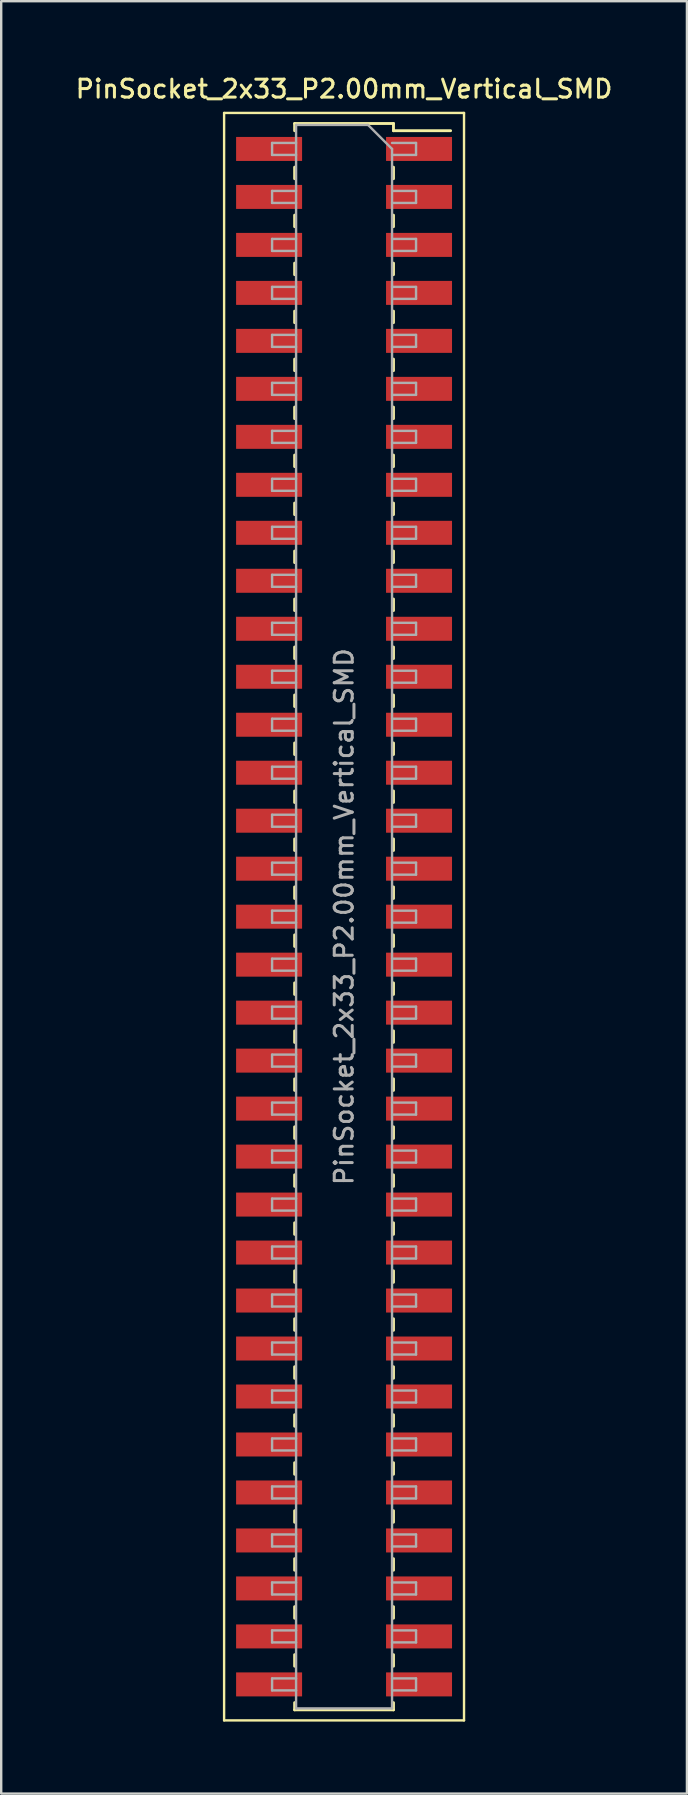
<source format=kicad_pcb>
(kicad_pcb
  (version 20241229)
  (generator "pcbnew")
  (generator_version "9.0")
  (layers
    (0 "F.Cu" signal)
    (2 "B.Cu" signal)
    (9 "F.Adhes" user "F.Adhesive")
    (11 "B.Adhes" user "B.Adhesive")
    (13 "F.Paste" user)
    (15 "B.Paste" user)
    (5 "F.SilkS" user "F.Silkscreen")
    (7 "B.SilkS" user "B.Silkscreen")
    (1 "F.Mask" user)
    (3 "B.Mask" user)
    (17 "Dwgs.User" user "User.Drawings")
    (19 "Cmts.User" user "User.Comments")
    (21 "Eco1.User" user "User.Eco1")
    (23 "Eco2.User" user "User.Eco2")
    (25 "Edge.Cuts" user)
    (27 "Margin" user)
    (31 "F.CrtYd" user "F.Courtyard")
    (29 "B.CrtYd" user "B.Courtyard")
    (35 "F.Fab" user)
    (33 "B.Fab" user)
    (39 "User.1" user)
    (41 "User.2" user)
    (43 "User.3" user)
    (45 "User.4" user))
  (footprint "PinSocket_2x33_P2.00mm_Vertical_SMD"
    (layer "F.Cu")
    (at 11.291 35.158)
    (property "Reference" "PinSocket_2x33_P2.00mm_Vertical_SMD" (at 0 -34.5 0) (layer "F.SilkS") (effects (font (size 0.75 0.75) (thickness 0.125))))
    (attr smd)
    (fp_line (start -5 -33.5) (end 5 -33.5) (stroke (width 0.1) (type solid)) (layer "F.SilkS"))
    (fp_line (start -5 33.5) (end -5 -33.5) (stroke (width 0.1) (type solid)) (layer "F.SilkS"))
    (fp_line (start -2.06 -33.06) (end -2.06 -32.76) (stroke (width 0.12) (type solid)) (layer "F.SilkS"))
    (fp_line (start -2.06 -33.06) (end 2.06 -33.06) (stroke (width 0.12) (type solid)) (layer "F.SilkS"))
    (fp_line (start -2.06 -31.24) (end -2.06 -30.76) (stroke (width 0.12) (type solid)) (layer "F.SilkS"))
    (fp_line (start -2.06 -29.24) (end -2.06 -28.76) (stroke (width 0.12) (type solid)) (layer "F.SilkS"))
    (fp_line (start -2.06 -27.24) (end -2.06 -26.76) (stroke (width 0.12) (type solid)) (layer "F.SilkS"))
    (fp_line (start -2.06 -25.24) (end -2.06 -24.76) (stroke (width 0.12) (type solid)) (layer "F.SilkS"))
    (fp_line (start -2.06 -23.24) (end -2.06 -22.76) (stroke (width 0.12) (type solid)) (layer "F.SilkS"))
    (fp_line (start -2.06 -21.24) (end -2.06 -20.76) (stroke (width 0.12) (type solid)) (layer "F.SilkS"))
    (fp_line (start -2.06 -19.24) (end -2.06 -18.76) (stroke (width 0.12) (type solid)) (layer "F.SilkS"))
    (fp_line (start -2.06 -17.24) (end -2.06 -16.76) (stroke (width 0.12) (type solid)) (layer "F.SilkS"))
    (fp_line (start -2.06 -15.24) (end -2.06 -14.76) (stroke (width 0.12) (type solid)) (layer "F.SilkS"))
    (fp_line (start -2.06 -13.24) (end -2.06 -12.76) (stroke (width 0.12) (type solid)) (layer "F.SilkS"))
    (fp_line (start -2.06 -11.24) (end -2.06 -10.76) (stroke (width 0.12) (type solid)) (layer "F.SilkS"))
    (fp_line (start -2.06 -9.24) (end -2.06 -8.76) (stroke (width 0.12) (type solid)) (layer "F.SilkS"))
    (fp_line (start -2.06 -7.24) (end -2.06 -6.76) (stroke (width 0.12) (type solid)) (layer "F.SilkS"))
    (fp_line (start -2.06 -5.24) (end -2.06 -4.76) (stroke (width 0.12) (type solid)) (layer "F.SilkS"))
    (fp_line (start -2.06 -3.24) (end -2.06 -2.76) (stroke (width 0.12) (type solid)) (layer "F.SilkS"))
    (fp_line (start -2.06 -1.24) (end -2.06 -0.76) (stroke (width 0.12) (type solid)) (layer "F.SilkS"))
    (fp_line (start -2.06 0.76) (end -2.06 1.24) (stroke (width 0.12) (type solid)) (layer "F.SilkS"))
    (fp_line (start -2.06 2.76) (end -2.06 3.24) (stroke (width 0.12) (type solid)) (layer "F.SilkS"))
    (fp_line (start -2.06 4.76) (end -2.06 5.24) (stroke (width 0.12) (type solid)) (layer "F.SilkS"))
    (fp_line (start -2.06 6.76) (end -2.06 7.24) (stroke (width 0.12) (type solid)) (layer "F.SilkS"))
    (fp_line (start -2.06 8.76) (end -2.06 9.24) (stroke (width 0.12) (type solid)) (layer "F.SilkS"))
    (fp_line (start -2.06 10.76) (end -2.06 11.24) (stroke (width 0.12) (type solid)) (layer "F.SilkS"))
    (fp_line (start -2.06 12.76) (end -2.06 13.24) (stroke (width 0.12) (type solid)) (layer "F.SilkS"))
    (fp_line (start -2.06 14.76) (end -2.06 15.24) (stroke (width 0.12) (type solid)) (layer "F.SilkS"))
    (fp_line (start -2.06 16.76) (end -2.06 17.24) (stroke (width 0.12) (type solid)) (layer "F.SilkS"))
    (fp_line (start -2.06 18.76) (end -2.06 19.24) (stroke (width 0.12) (type solid)) (layer "F.SilkS"))
    (fp_line (start -2.06 20.76) (end -2.06 21.24) (stroke (width 0.12) (type solid)) (layer "F.SilkS"))
    (fp_line (start -2.06 22.76) (end -2.06 23.24) (stroke (width 0.12) (type solid)) (layer "F.SilkS"))
    (fp_line (start -2.06 24.76) (end -2.06 25.24) (stroke (width 0.12) (type solid)) (layer "F.SilkS"))
    (fp_line (start -2.06 26.76) (end -2.06 27.24) (stroke (width 0.12) (type solid)) (layer "F.SilkS"))
    (fp_line (start -2.06 28.76) (end -2.06 29.24) (stroke (width 0.12) (type solid)) (layer "F.SilkS"))
    (fp_line (start -2.06 30.76) (end -2.06 31.24) (stroke (width 0.12) (type solid)) (layer "F.SilkS"))
    (fp_line (start -2.06 32.76) (end -2.06 33.06) (stroke (width 0.12) (type solid)) (layer "F.SilkS"))
    (fp_line (start -2.06 33.06) (end 2.06 33.06) (stroke (width 0.12) (type solid)) (layer "F.SilkS"))
    (fp_line (start 2.06 -33.06) (end 2.06 -32.76) (stroke (width 0.12) (type solid)) (layer "F.SilkS"))
    (fp_line (start 2.06 -32.76) (end 4.44 -32.76) (stroke (width 0.12) (type solid)) (layer "F.SilkS"))
    (fp_line (start 2.06 -31.24) (end 2.06 -30.76) (stroke (width 0.12) (type solid)) (layer "F.SilkS"))
    (fp_line (start 2.06 -29.24) (end 2.06 -28.76) (stroke (width 0.12) (type solid)) (layer "F.SilkS"))
    (fp_line (start 2.06 -27.24) (end 2.06 -26.76) (stroke (width 0.12) (type solid)) (layer "F.SilkS"))
    (fp_line (start 2.06 -25.24) (end 2.06 -24.76) (stroke (width 0.12) (type solid)) (layer "F.SilkS"))
    (fp_line (start 2.06 -23.24) (end 2.06 -22.76) (stroke (width 0.12) (type solid)) (layer "F.SilkS"))
    (fp_line (start 2.06 -21.24) (end 2.06 -20.76) (stroke (width 0.12) (type solid)) (layer "F.SilkS"))
    (fp_line (start 2.06 -19.24) (end 2.06 -18.76) (stroke (width 0.12) (type solid)) (layer "F.SilkS"))
    (fp_line (start 2.06 -17.24) (end 2.06 -16.76) (stroke (width 0.12) (type solid)) (layer "F.SilkS"))
    (fp_line (start 2.06 -15.24) (end 2.06 -14.76) (stroke (width 0.12) (type solid)) (layer "F.SilkS"))
    (fp_line (start 2.06 -13.24) (end 2.06 -12.76) (stroke (width 0.12) (type solid)) (layer "F.SilkS"))
    (fp_line (start 2.06 -11.24) (end 2.06 -10.76) (stroke (width 0.12) (type solid)) (layer "F.SilkS"))
    (fp_line (start 2.06 -9.24) (end 2.06 -8.76) (stroke (width 0.12) (type solid)) (layer "F.SilkS"))
    (fp_line (start 2.06 -7.24) (end 2.06 -6.76) (stroke (width 0.12) (type solid)) (layer "F.SilkS"))
    (fp_line (start 2.06 -5.24) (end 2.06 -4.76) (stroke (width 0.12) (type solid)) (layer "F.SilkS"))
    (fp_line (start 2.06 -3.24) (end 2.06 -2.76) (stroke (width 0.12) (type solid)) (layer "F.SilkS"))
    (fp_line (start 2.06 -1.24) (end 2.06 -0.76) (stroke (width 0.12) (type solid)) (layer "F.SilkS"))
    (fp_line (start 2.06 0.76) (end 2.06 1.24) (stroke (width 0.12) (type solid)) (layer "F.SilkS"))
    (fp_line (start 2.06 2.76) (end 2.06 3.24) (stroke (width 0.12) (type solid)) (layer "F.SilkS"))
    (fp_line (start 2.06 4.76) (end 2.06 5.24) (stroke (width 0.12) (type solid)) (layer "F.SilkS"))
    (fp_line (start 2.06 6.76) (end 2.06 7.24) (stroke (width 0.12) (type solid)) (layer "F.SilkS"))
    (fp_line (start 2.06 8.76) (end 2.06 9.24) (stroke (width 0.12) (type solid)) (layer "F.SilkS"))
    (fp_line (start 2.06 10.76) (end 2.06 11.24) (stroke (width 0.12) (type solid)) (layer "F.SilkS"))
    (fp_line (start 2.06 12.76) (end 2.06 13.24) (stroke (width 0.12) (type solid)) (layer "F.SilkS"))
    (fp_line (start 2.06 14.76) (end 2.06 15.24) (stroke (width 0.12) (type solid)) (layer "F.SilkS"))
    (fp_line (start 2.06 16.76) (end 2.06 17.24) (stroke (width 0.12) (type solid)) (layer "F.SilkS"))
    (fp_line (start 2.06 18.76) (end 2.06 19.24) (stroke (width 0.12) (type solid)) (layer "F.SilkS"))
    (fp_line (start 2.06 20.76) (end 2.06 21.24) (stroke (width 0.12) (type solid)) (layer "F.SilkS"))
    (fp_line (start 2.06 22.76) (end 2.06 23.24) (stroke (width 0.12) (type solid)) (layer "F.SilkS"))
    (fp_line (start 2.06 24.76) (end 2.06 25.24) (stroke (width 0.12) (type solid)) (layer "F.SilkS"))
    (fp_line (start 2.06 26.76) (end 2.06 27.24) (stroke (width 0.12) (type solid)) (layer "F.SilkS"))
    (fp_line (start 2.06 28.76) (end 2.06 29.24) (stroke (width 0.12) (type solid)) (layer "F.SilkS"))
    (fp_line (start 2.06 30.76) (end 2.06 31.24) (stroke (width 0.12) (type solid)) (layer "F.SilkS"))
    (fp_line (start 2.06 32.76) (end 2.06 33.06) (stroke (width 0.12) (type solid)) (layer "F.SilkS"))
    (fp_line (start 5 -33.5) (end 5 33.5) (stroke (width 0.1) (type solid)) (layer "F.SilkS"))
    (fp_line (start 5 33.5) (end -5 33.5) (stroke (width 0.1) (type solid)) (layer "F.SilkS"))
    (fp_line (start -3 -32.25) (end -2 -32.25) (stroke (width 0.1) (type solid)) (layer "F.Fab"))
    (fp_line (start -3 -31.75) (end -3 -32.25) (stroke (width 0.1) (type solid)) (layer "F.Fab"))
    (fp_line (start -3 -30.25) (end -2 -30.25) (stroke (width 0.1) (type solid)) (layer "F.Fab"))
    (fp_line (start -3 -29.75) (end -3 -30.25) (stroke (width 0.1) (type solid)) (layer "F.Fab"))
    (fp_line (start -3 -28.25) (end -2 -28.25) (stroke (width 0.1) (type solid)) (layer "F.Fab"))
    (fp_line (start -3 -27.75) (end -3 -28.25) (stroke (width 0.1) (type solid)) (layer "F.Fab"))
    (fp_line (start -3 -26.25) (end -2 -26.25) (stroke (width 0.1) (type solid)) (layer "F.Fab"))
    (fp_line (start -3 -25.75) (end -3 -26.25) (stroke (width 0.1) (type solid)) (layer "F.Fab"))
    (fp_line (start -3 -24.25) (end -2 -24.25) (stroke (width 0.1) (type solid)) (layer "F.Fab"))
    (fp_line (start -3 -23.75) (end -3 -24.25) (stroke (width 0.1) (type solid)) (layer "F.Fab"))
    (fp_line (start -3 -22.25) (end -2 -22.25) (stroke (width 0.1) (type solid)) (layer "F.Fab"))
    (fp_line (start -3 -21.75) (end -3 -22.25) (stroke (width 0.1) (type solid)) (layer "F.Fab"))
    (fp_line (start -3 -20.25) (end -2 -20.25) (stroke (width 0.1) (type solid)) (layer "F.Fab"))
    (fp_line (start -3 -19.75) (end -3 -20.25) (stroke (width 0.1) (type solid)) (layer "F.Fab"))
    (fp_line (start -3 -18.25) (end -2 -18.25) (stroke (width 0.1) (type solid)) (layer "F.Fab"))
    (fp_line (start -3 -17.75) (end -3 -18.25) (stroke (width 0.1) (type solid)) (layer "F.Fab"))
    (fp_line (start -3 -16.25) (end -2 -16.25) (stroke (width 0.1) (type solid)) (layer "F.Fab"))
    (fp_line (start -3 -15.75) (end -3 -16.25) (stroke (width 0.1) (type solid)) (layer "F.Fab"))
    (fp_line (start -3 -14.25) (end -2 -14.25) (stroke (width 0.1) (type solid)) (layer "F.Fab"))
    (fp_line (start -3 -13.75) (end -3 -14.25) (stroke (width 0.1) (type solid)) (layer "F.Fab"))
    (fp_line (start -3 -12.25) (end -2 -12.25) (stroke (width 0.1) (type solid)) (layer "F.Fab"))
    (fp_line (start -3 -11.75) (end -3 -12.25) (stroke (width 0.1) (type solid)) (layer "F.Fab"))
    (fp_line (start -3 -10.25) (end -2 -10.25) (stroke (width 0.1) (type solid)) (layer "F.Fab"))
    (fp_line (start -3 -9.75) (end -3 -10.25) (stroke (width 0.1) (type solid)) (layer "F.Fab"))
    (fp_line (start -3 -8.25) (end -2 -8.25) (stroke (width 0.1) (type solid)) (layer "F.Fab"))
    (fp_line (start -3 -7.75) (end -3 -8.25) (stroke (width 0.1) (type solid)) (layer "F.Fab"))
    (fp_line (start -3 -6.25) (end -2 -6.25) (stroke (width 0.1) (type solid)) (layer "F.Fab"))
    (fp_line (start -3 -5.75) (end -3 -6.25) (stroke (width 0.1) (type solid)) (layer "F.Fab"))
    (fp_line (start -3 -4.25) (end -2 -4.25) (stroke (width 0.1) (type solid)) (layer "F.Fab"))
    (fp_line (start -3 -3.75) (end -3 -4.25) (stroke (width 0.1) (type solid)) (layer "F.Fab"))
    (fp_line (start -3 -2.25) (end -2 -2.25) (stroke (width 0.1) (type solid)) (layer "F.Fab"))
    (fp_line (start -3 -1.75) (end -3 -2.25) (stroke (width 0.1) (type solid)) (layer "F.Fab"))
    (fp_line (start -3 -0.25) (end -2 -0.25) (stroke (width 0.1) (type solid)) (layer "F.Fab"))
    (fp_line (start -3 0.25) (end -3 -0.25) (stroke (width 0.1) (type solid)) (layer "F.Fab"))
    (fp_line (start -3 1.75) (end -2 1.75) (stroke (width 0.1) (type solid)) (layer "F.Fab"))
    (fp_line (start -3 2.25) (end -3 1.75) (stroke (width 0.1) (type solid)) (layer "F.Fab"))
    (fp_line (start -3 3.75) (end -2 3.75) (stroke (width 0.1) (type solid)) (layer "F.Fab"))
    (fp_line (start -3 4.25) (end -3 3.75) (stroke (width 0.1) (type solid)) (layer "F.Fab"))
    (fp_line (start -3 5.75) (end -2 5.75) (stroke (width 0.1) (type solid)) (layer "F.Fab"))
    (fp_line (start -3 6.25) (end -3 5.75) (stroke (width 0.1) (type solid)) (layer "F.Fab"))
    (fp_line (start -3 7.75) (end -2 7.75) (stroke (width 0.1) (type solid)) (layer "F.Fab"))
    (fp_line (start -3 8.25) (end -3 7.75) (stroke (width 0.1) (type solid)) (layer "F.Fab"))
    (fp_line (start -3 9.75) (end -2 9.75) (stroke (width 0.1) (type solid)) (layer "F.Fab"))
    (fp_line (start -3 10.25) (end -3 9.75) (stroke (width 0.1) (type solid)) (layer "F.Fab"))
    (fp_line (start -3 11.75) (end -2 11.75) (stroke (width 0.1) (type solid)) (layer "F.Fab"))
    (fp_line (start -3 12.25) (end -3 11.75) (stroke (width 0.1) (type solid)) (layer "F.Fab"))
    (fp_line (start -3 13.75) (end -2 13.75) (stroke (width 0.1) (type solid)) (layer "F.Fab"))
    (fp_line (start -3 14.25) (end -3 13.75) (stroke (width 0.1) (type solid)) (layer "F.Fab"))
    (fp_line (start -3 15.75) (end -2 15.75) (stroke (width 0.1) (type solid)) (layer "F.Fab"))
    (fp_line (start -3 16.25) (end -3 15.75) (stroke (width 0.1) (type solid)) (layer "F.Fab"))
    (fp_line (start -3 17.75) (end -2 17.75) (stroke (width 0.1) (type solid)) (layer "F.Fab"))
    (fp_line (start -3 18.25) (end -3 17.75) (stroke (width 0.1) (type solid)) (layer "F.Fab"))
    (fp_line (start -3 19.75) (end -2 19.75) (stroke (width 0.1) (type solid)) (layer "F.Fab"))
    (fp_line (start -3 20.25) (end -3 19.75) (stroke (width 0.1) (type solid)) (layer "F.Fab"))
    (fp_line (start -3 21.75) (end -2 21.75) (stroke (width 0.1) (type solid)) (layer "F.Fab"))
    (fp_line (start -3 22.25) (end -3 21.75) (stroke (width 0.1) (type solid)) (layer "F.Fab"))
    (fp_line (start -3 23.75) (end -2 23.75) (stroke (width 0.1) (type solid)) (layer "F.Fab"))
    (fp_line (start -3 24.25) (end -3 23.75) (stroke (width 0.1) (type solid)) (layer "F.Fab"))
    (fp_line (start -3 25.75) (end -2 25.75) (stroke (width 0.1) (type solid)) (layer "F.Fab"))
    (fp_line (start -3 26.25) (end -3 25.75) (stroke (width 0.1) (type solid)) (layer "F.Fab"))
    (fp_line (start -3 27.75) (end -2 27.75) (stroke (width 0.1) (type solid)) (layer "F.Fab"))
    (fp_line (start -3 28.25) (end -3 27.75) (stroke (width 0.1) (type solid)) (layer "F.Fab"))
    (fp_line (start -3 29.75) (end -2 29.75) (stroke (width 0.1) (type solid)) (layer "F.Fab"))
    (fp_line (start -3 30.25) (end -3 29.75) (stroke (width 0.1) (type solid)) (layer "F.Fab"))
    (fp_line (start -3 31.75) (end -2 31.75) (stroke (width 0.1) (type solid)) (layer "F.Fab"))
    (fp_line (start -3 32.25) (end -3 31.75) (stroke (width 0.1) (type solid)) (layer "F.Fab"))
    (fp_line (start -2 -33) (end 1 -33) (stroke (width 0.1) (type solid)) (layer "F.Fab"))
    (fp_line (start -2 -31.75) (end -3 -31.75) (stroke (width 0.1) (type solid)) (layer "F.Fab"))
    (fp_line (start -2 -29.75) (end -3 -29.75) (stroke (width 0.1) (type solid)) (layer "F.Fab"))
    (fp_line (start -2 -27.75) (end -3 -27.75) (stroke (width 0.1) (type solid)) (layer "F.Fab"))
    (fp_line (start -2 -25.75) (end -3 -25.75) (stroke (width 0.1) (type solid)) (layer "F.Fab"))
    (fp_line (start -2 -23.75) (end -3 -23.75) (stroke (width 0.1) (type solid)) (layer "F.Fab"))
    (fp_line (start -2 -21.75) (end -3 -21.75) (stroke (width 0.1) (type solid)) (layer "F.Fab"))
    (fp_line (start -2 -19.75) (end -3 -19.75) (stroke (width 0.1) (type solid)) (layer "F.Fab"))
    (fp_line (start -2 -17.75) (end -3 -17.75) (stroke (width 0.1) (type solid)) (layer "F.Fab"))
    (fp_line (start -2 -15.75) (end -3 -15.75) (stroke (width 0.1) (type solid)) (layer "F.Fab"))
    (fp_line (start -2 -13.75) (end -3 -13.75) (stroke (width 0.1) (type solid)) (layer "F.Fab"))
    (fp_line (start -2 -11.75) (end -3 -11.75) (stroke (width 0.1) (type solid)) (layer "F.Fab"))
    (fp_line (start -2 -9.75) (end -3 -9.75) (stroke (width 0.1) (type solid)) (layer "F.Fab"))
    (fp_line (start -2 -7.75) (end -3 -7.75) (stroke (width 0.1) (type solid)) (layer "F.Fab"))
    (fp_line (start -2 -5.75) (end -3 -5.75) (stroke (width 0.1) (type solid)) (layer "F.Fab"))
    (fp_line (start -2 -3.75) (end -3 -3.75) (stroke (width 0.1) (type solid)) (layer "F.Fab"))
    (fp_line (start -2 -1.75) (end -3 -1.75) (stroke (width 0.1) (type solid)) (layer "F.Fab"))
    (fp_line (start -2 0.25) (end -3 0.25) (stroke (width 0.1) (type solid)) (layer "F.Fab"))
    (fp_line (start -2 2.25) (end -3 2.25) (stroke (width 0.1) (type solid)) (layer "F.Fab"))
    (fp_line (start -2 4.25) (end -3 4.25) (stroke (width 0.1) (type solid)) (layer "F.Fab"))
    (fp_line (start -2 6.25) (end -3 6.25) (stroke (width 0.1) (type solid)) (layer "F.Fab"))
    (fp_line (start -2 8.25) (end -3 8.25) (stroke (width 0.1) (type solid)) (layer "F.Fab"))
    (fp_line (start -2 10.25) (end -3 10.25) (stroke (width 0.1) (type solid)) (layer "F.Fab"))
    (fp_line (start -2 12.25) (end -3 12.25) (stroke (width 0.1) (type solid)) (layer "F.Fab"))
    (fp_line (start -2 14.25) (end -3 14.25) (stroke (width 0.1) (type solid)) (layer "F.Fab"))
    (fp_line (start -2 16.25) (end -3 16.25) (stroke (width 0.1) (type solid)) (layer "F.Fab"))
    (fp_line (start -2 18.25) (end -3 18.25) (stroke (width 0.1) (type solid)) (layer "F.Fab"))
    (fp_line (start -2 20.25) (end -3 20.25) (stroke (width 0.1) (type solid)) (layer "F.Fab"))
    (fp_line (start -2 22.25) (end -3 22.25) (stroke (width 0.1) (type solid)) (layer "F.Fab"))
    (fp_line (start -2 24.25) (end -3 24.25) (stroke (width 0.1) (type solid)) (layer "F.Fab"))
    (fp_line (start -2 26.25) (end -3 26.25) (stroke (width 0.1) (type solid)) (layer "F.Fab"))
    (fp_line (start -2 28.25) (end -3 28.25) (stroke (width 0.1) (type solid)) (layer "F.Fab"))
    (fp_line (start -2 30.25) (end -3 30.25) (stroke (width 0.1) (type solid)) (layer "F.Fab"))
    (fp_line (start -2 32.25) (end -3 32.25) (stroke (width 0.1) (type solid)) (layer "F.Fab"))
    (fp_line (start -2 33) (end -2 -33) (stroke (width 0.1) (type solid)) (layer "F.Fab"))
    (fp_line (start 1 -33) (end 2 -32) (stroke (width 0.1) (type solid)) (layer "F.Fab"))
    (fp_line (start 2 -32.25) (end 3 -32.25) (stroke (width 0.1) (type solid)) (layer "F.Fab"))
    (fp_line (start 2 -32) (end 2 33) (stroke (width 0.1) (type solid)) (layer "F.Fab"))
    (fp_line (start 2 -30.25) (end 3 -30.25) (stroke (width 0.1) (type solid)) (layer "F.Fab"))
    (fp_line (start 2 -28.25) (end 3 -28.25) (stroke (width 0.1) (type solid)) (layer "F.Fab"))
    (fp_line (start 2 -26.25) (end 3 -26.25) (stroke (width 0.1) (type solid)) (layer "F.Fab"))
    (fp_line (start 2 -24.25) (end 3 -24.25) (stroke (width 0.1) (type solid)) (layer "F.Fab"))
    (fp_line (start 2 -22.25) (end 3 -22.25) (stroke (width 0.1) (type solid)) (layer "F.Fab"))
    (fp_line (start 2 -20.25) (end 3 -20.25) (stroke (width 0.1) (type solid)) (layer "F.Fab"))
    (fp_line (start 2 -18.25) (end 3 -18.25) (stroke (width 0.1) (type solid)) (layer "F.Fab"))
    (fp_line (start 2 -16.25) (end 3 -16.25) (stroke (width 0.1) (type solid)) (layer "F.Fab"))
    (fp_line (start 2 -14.25) (end 3 -14.25) (stroke (width 0.1) (type solid)) (layer "F.Fab"))
    (fp_line (start 2 -12.25) (end 3 -12.25) (stroke (width 0.1) (type solid)) (layer "F.Fab"))
    (fp_line (start 2 -10.25) (end 3 -10.25) (stroke (width 0.1) (type solid)) (layer "F.Fab"))
    (fp_line (start 2 -8.25) (end 3 -8.25) (stroke (width 0.1) (type solid)) (layer "F.Fab"))
    (fp_line (start 2 -6.25) (end 3 -6.25) (stroke (width 0.1) (type solid)) (layer "F.Fab"))
    (fp_line (start 2 -4.25) (end 3 -4.25) (stroke (width 0.1) (type solid)) (layer "F.Fab"))
    (fp_line (start 2 -2.25) (end 3 -2.25) (stroke (width 0.1) (type solid)) (layer "F.Fab"))
    (fp_line (start 2 -0.25) (end 3 -0.25) (stroke (width 0.1) (type solid)) (layer "F.Fab"))
    (fp_line (start 2 1.75) (end 3 1.75) (stroke (width 0.1) (type solid)) (layer "F.Fab"))
    (fp_line (start 2 3.75) (end 3 3.75) (stroke (width 0.1) (type solid)) (layer "F.Fab"))
    (fp_line (start 2 5.75) (end 3 5.75) (stroke (width 0.1) (type solid)) (layer "F.Fab"))
    (fp_line (start 2 7.75) (end 3 7.75) (stroke (width 0.1) (type solid)) (layer "F.Fab"))
    (fp_line (start 2 9.75) (end 3 9.75) (stroke (width 0.1) (type solid)) (layer "F.Fab"))
    (fp_line (start 2 11.75) (end 3 11.75) (stroke (width 0.1) (type solid)) (layer "F.Fab"))
    (fp_line (start 2 13.75) (end 3 13.75) (stroke (width 0.1) (type solid)) (layer "F.Fab"))
    (fp_line (start 2 15.75) (end 3 15.75) (stroke (width 0.1) (type solid)) (layer "F.Fab"))
    (fp_line (start 2 17.75) (end 3 17.75) (stroke (width 0.1) (type solid)) (layer "F.Fab"))
    (fp_line (start 2 19.75) (end 3 19.75) (stroke (width 0.1) (type solid)) (layer "F.Fab"))
    (fp_line (start 2 21.75) (end 3 21.75) (stroke (width 0.1) (type solid)) (layer "F.Fab"))
    (fp_line (start 2 23.75) (end 3 23.75) (stroke (width 0.1) (type solid)) (layer "F.Fab"))
    (fp_line (start 2 25.75) (end 3 25.75) (stroke (width 0.1) (type solid)) (layer "F.Fab"))
    (fp_line (start 2 27.75) (end 3 27.75) (stroke (width 0.1) (type solid)) (layer "F.Fab"))
    (fp_line (start 2 29.75) (end 3 29.75) (stroke (width 0.1) (type solid)) (layer "F.Fab"))
    (fp_line (start 2 31.75) (end 3 31.75) (stroke (width 0.1) (type solid)) (layer "F.Fab"))
    (fp_line (start 2 33) (end -2 33) (stroke (width 0.1) (type solid)) (layer "F.Fab"))
    (fp_line (start 3 -32.25) (end 3 -31.75) (stroke (width 0.1) (type solid)) (layer "F.Fab"))
    (fp_line (start 3 -31.75) (end 2 -31.75) (stroke (width 0.1) (type solid)) (layer "F.Fab"))
    (fp_line (start 3 -30.25) (end 3 -29.75) (stroke (width 0.1) (type solid)) (layer "F.Fab"))
    (fp_line (start 3 -29.75) (end 2 -29.75) (stroke (width 0.1) (type solid)) (layer "F.Fab"))
    (fp_line (start 3 -28.25) (end 3 -27.75) (stroke (width 0.1) (type solid)) (layer "F.Fab"))
    (fp_line (start 3 -27.75) (end 2 -27.75) (stroke (width 0.1) (type solid)) (layer "F.Fab"))
    (fp_line (start 3 -26.25) (end 3 -25.75) (stroke (width 0.1) (type solid)) (layer "F.Fab"))
    (fp_line (start 3 -25.75) (end 2 -25.75) (stroke (width 0.1) (type solid)) (layer "F.Fab"))
    (fp_line (start 3 -24.25) (end 3 -23.75) (stroke (width 0.1) (type solid)) (layer "F.Fab"))
    (fp_line (start 3 -23.75) (end 2 -23.75) (stroke (width 0.1) (type solid)) (layer "F.Fab"))
    (fp_line (start 3 -22.25) (end 3 -21.75) (stroke (width 0.1) (type solid)) (layer "F.Fab"))
    (fp_line (start 3 -21.75) (end 2 -21.75) (stroke (width 0.1) (type solid)) (layer "F.Fab"))
    (fp_line (start 3 -20.25) (end 3 -19.75) (stroke (width 0.1) (type solid)) (layer "F.Fab"))
    (fp_line (start 3 -19.75) (end 2 -19.75) (stroke (width 0.1) (type solid)) (layer "F.Fab"))
    (fp_line (start 3 -18.25) (end 3 -17.75) (stroke (width 0.1) (type solid)) (layer "F.Fab"))
    (fp_line (start 3 -17.75) (end 2 -17.75) (stroke (width 0.1) (type solid)) (layer "F.Fab"))
    (fp_line (start 3 -16.25) (end 3 -15.75) (stroke (width 0.1) (type solid)) (layer "F.Fab"))
    (fp_line (start 3 -15.75) (end 2 -15.75) (stroke (width 0.1) (type solid)) (layer "F.Fab"))
    (fp_line (start 3 -14.25) (end 3 -13.75) (stroke (width 0.1) (type solid)) (layer "F.Fab"))
    (fp_line (start 3 -13.75) (end 2 -13.75) (stroke (width 0.1) (type solid)) (layer "F.Fab"))
    (fp_line (start 3 -12.25) (end 3 -11.75) (stroke (width 0.1) (type solid)) (layer "F.Fab"))
    (fp_line (start 3 -11.75) (end 2 -11.75) (stroke (width 0.1) (type solid)) (layer "F.Fab"))
    (fp_line (start 3 -10.25) (end 3 -9.75) (stroke (width 0.1) (type solid)) (layer "F.Fab"))
    (fp_line (start 3 -9.75) (end 2 -9.75) (stroke (width 0.1) (type solid)) (layer "F.Fab"))
    (fp_line (start 3 -8.25) (end 3 -7.75) (stroke (width 0.1) (type solid)) (layer "F.Fab"))
    (fp_line (start 3 -7.75) (end 2 -7.75) (stroke (width 0.1) (type solid)) (layer "F.Fab"))
    (fp_line (start 3 -6.25) (end 3 -5.75) (stroke (width 0.1) (type solid)) (layer "F.Fab"))
    (fp_line (start 3 -5.75) (end 2 -5.75) (stroke (width 0.1) (type solid)) (layer "F.Fab"))
    (fp_line (start 3 -4.25) (end 3 -3.75) (stroke (width 0.1) (type solid)) (layer "F.Fab"))
    (fp_line (start 3 -3.75) (end 2 -3.75) (stroke (width 0.1) (type solid)) (layer "F.Fab"))
    (fp_line (start 3 -2.25) (end 3 -1.75) (stroke (width 0.1) (type solid)) (layer "F.Fab"))
    (fp_line (start 3 -1.75) (end 2 -1.75) (stroke (width 0.1) (type solid)) (layer "F.Fab"))
    (fp_line (start 3 -0.25) (end 3 0.25) (stroke (width 0.1) (type solid)) (layer "F.Fab"))
    (fp_line (start 3 0.25) (end 2 0.25) (stroke (width 0.1) (type solid)) (layer "F.Fab"))
    (fp_line (start 3 1.75) (end 3 2.25) (stroke (width 0.1) (type solid)) (layer "F.Fab"))
    (fp_line (start 3 2.25) (end 2 2.25) (stroke (width 0.1) (type solid)) (layer "F.Fab"))
    (fp_line (start 3 3.75) (end 3 4.25) (stroke (width 0.1) (type solid)) (layer "F.Fab"))
    (fp_line (start 3 4.25) (end 2 4.25) (stroke (width 0.1) (type solid)) (layer "F.Fab"))
    (fp_line (start 3 5.75) (end 3 6.25) (stroke (width 0.1) (type solid)) (layer "F.Fab"))
    (fp_line (start 3 6.25) (end 2 6.25) (stroke (width 0.1) (type solid)) (layer "F.Fab"))
    (fp_line (start 3 7.75) (end 3 8.25) (stroke (width 0.1) (type solid)) (layer "F.Fab"))
    (fp_line (start 3 8.25) (end 2 8.25) (stroke (width 0.1) (type solid)) (layer "F.Fab"))
    (fp_line (start 3 9.75) (end 3 10.25) (stroke (width 0.1) (type solid)) (layer "F.Fab"))
    (fp_line (start 3 10.25) (end 2 10.25) (stroke (width 0.1) (type solid)) (layer "F.Fab"))
    (fp_line (start 3 11.75) (end 3 12.25) (stroke (width 0.1) (type solid)) (layer "F.Fab"))
    (fp_line (start 3 12.25) (end 2 12.25) (stroke (width 0.1) (type solid)) (layer "F.Fab"))
    (fp_line (start 3 13.75) (end 3 14.25) (stroke (width 0.1) (type solid)) (layer "F.Fab"))
    (fp_line (start 3 14.25) (end 2 14.25) (stroke (width 0.1) (type solid)) (layer "F.Fab"))
    (fp_line (start 3 15.75) (end 3 16.25) (stroke (width 0.1) (type solid)) (layer "F.Fab"))
    (fp_line (start 3 16.25) (end 2 16.25) (stroke (width 0.1) (type solid)) (layer "F.Fab"))
    (fp_line (start 3 17.75) (end 3 18.25) (stroke (width 0.1) (type solid)) (layer "F.Fab"))
    (fp_line (start 3 18.25) (end 2 18.25) (stroke (width 0.1) (type solid)) (layer "F.Fab"))
    (fp_line (start 3 19.75) (end 3 20.25) (stroke (width 0.1) (type solid)) (layer "F.Fab"))
    (fp_line (start 3 20.25) (end 2 20.25) (stroke (width 0.1) (type solid)) (layer "F.Fab"))
    (fp_line (start 3 21.75) (end 3 22.25) (stroke (width 0.1) (type solid)) (layer "F.Fab"))
    (fp_line (start 3 22.25) (end 2 22.25) (stroke (width 0.1) (type solid)) (layer "F.Fab"))
    (fp_line (start 3 23.75) (end 3 24.25) (stroke (width 0.1) (type solid)) (layer "F.Fab"))
    (fp_line (start 3 24.25) (end 2 24.25) (stroke (width 0.1) (type solid)) (layer "F.Fab"))
    (fp_line (start 3 25.75) (end 3 26.25) (stroke (width 0.1) (type solid)) (layer "F.Fab"))
    (fp_line (start 3 26.25) (end 2 26.25) (stroke (width 0.1) (type solid)) (layer "F.Fab"))
    (fp_line (start 3 27.75) (end 3 28.25) (stroke (width 0.1) (type solid)) (layer "F.Fab"))
    (fp_line (start 3 28.25) (end 2 28.25) (stroke (width 0.1) (type solid)) (layer "F.Fab"))
    (fp_line (start 3 29.75) (end 3 30.25) (stroke (width 0.1) (type solid)) (layer "F.Fab"))
    (fp_line (start 3 30.25) (end 2 30.25) (stroke (width 0.1) (type solid)) (layer "F.Fab"))
    (fp_line (start 3 31.75) (end 3 32.25) (stroke (width 0.1) (type solid)) (layer "F.Fab"))
    (fp_line (start 3 32.25) (end 2 32.25) (stroke (width 0.1) (type solid)) (layer "F.Fab"))
    (fp_text user "${REFERENCE}" (at 0 0 90) (layer "F.Fab") (effects (font (size 0.75 0.75) (thickness 0.125))))
    (pad "1" smd rect (at 3.125 -32) (size 2.75 1) (layers "F.Cu" "F.Mask" "F.Paste"))
    (pad "2" smd rect (at -3.125 -32) (size 2.75 1) (layers "F.Cu" "F.Mask" "F.Paste"))
    (pad "3" smd rect (at 3.125 -30) (size 2.75 1) (layers "F.Cu" "F.Mask" "F.Paste"))
    (pad "4" smd rect (at -3.125 -30) (size 2.75 1) (layers "F.Cu" "F.Mask" "F.Paste"))
    (pad "5" smd rect (at 3.125 -28) (size 2.75 1) (layers "F.Cu" "F.Mask" "F.Paste"))
    (pad "6" smd rect (at -3.125 -28) (size 2.75 1) (layers "F.Cu" "F.Mask" "F.Paste"))
    (pad "7" smd rect (at 3.125 -26) (size 2.75 1) (layers "F.Cu" "F.Mask" "F.Paste"))
    (pad "8" smd rect (at -3.125 -26) (size 2.75 1) (layers "F.Cu" "F.Mask" "F.Paste"))
    (pad "9" smd rect (at 3.125 -24) (size 2.75 1) (layers "F.Cu" "F.Mask" "F.Paste"))
    (pad "10" smd rect (at -3.125 -24) (size 2.75 1) (layers "F.Cu" "F.Mask" "F.Paste"))
    (pad "11" smd rect (at 3.125 -22) (size 2.75 1) (layers "F.Cu" "F.Mask" "F.Paste"))
    (pad "12" smd rect (at -3.125 -22) (size 2.75 1) (layers "F.Cu" "F.Mask" "F.Paste"))
    (pad "13" smd rect (at 3.125 -20) (size 2.75 1) (layers "F.Cu" "F.Mask" "F.Paste"))
    (pad "14" smd rect (at -3.125 -20) (size 2.75 1) (layers "F.Cu" "F.Mask" "F.Paste"))
    (pad "15" smd rect (at 3.125 -18) (size 2.75 1) (layers "F.Cu" "F.Mask" "F.Paste"))
    (pad "16" smd rect (at -3.125 -18) (size 2.75 1) (layers "F.Cu" "F.Mask" "F.Paste"))
    (pad "17" smd rect (at 3.125 -16) (size 2.75 1) (layers "F.Cu" "F.Mask" "F.Paste"))
    (pad "18" smd rect (at -3.125 -16) (size 2.75 1) (layers "F.Cu" "F.Mask" "F.Paste"))
    (pad "19" smd rect (at 3.125 -14) (size 2.75 1) (layers "F.Cu" "F.Mask" "F.Paste"))
    (pad "20" smd rect (at -3.125 -14) (size 2.75 1) (layers "F.Cu" "F.Mask" "F.Paste"))
    (pad "21" smd rect (at 3.125 -12) (size 2.75 1) (layers "F.Cu" "F.Mask" "F.Paste"))
    (pad "22" smd rect (at -3.125 -12) (size 2.75 1) (layers "F.Cu" "F.Mask" "F.Paste"))
    (pad "23" smd rect (at 3.125 -10) (size 2.75 1) (layers "F.Cu" "F.Mask" "F.Paste"))
    (pad "24" smd rect (at -3.125 -10) (size 2.75 1) (layers "F.Cu" "F.Mask" "F.Paste"))
    (pad "25" smd rect (at 3.125 -8) (size 2.75 1) (layers "F.Cu" "F.Mask" "F.Paste"))
    (pad "26" smd rect (at -3.125 -8) (size 2.75 1) (layers "F.Cu" "F.Mask" "F.Paste"))
    (pad "27" smd rect (at 3.125 -6) (size 2.75 1) (layers "F.Cu" "F.Mask" "F.Paste"))
    (pad "28" smd rect (at -3.125 -6) (size 2.75 1) (layers "F.Cu" "F.Mask" "F.Paste"))
    (pad "29" smd rect (at 3.125 -4) (size 2.75 1) (layers "F.Cu" "F.Mask" "F.Paste"))
    (pad "30" smd rect (at -3.125 -4) (size 2.75 1) (layers "F.Cu" "F.Mask" "F.Paste"))
    (pad "31" smd rect (at 3.125 -2) (size 2.75 1) (layers "F.Cu" "F.Mask" "F.Paste"))
    (pad "32" smd rect (at -3.125 -2) (size 2.75 1) (layers "F.Cu" "F.Mask" "F.Paste"))
    (pad "33" smd rect (at 3.125 0) (size 2.75 1) (layers "F.Cu" "F.Mask" "F.Paste"))
    (pad "34" smd rect (at -3.125 0) (size 2.75 1) (layers "F.Cu" "F.Mask" "F.Paste"))
    (pad "35" smd rect (at 3.125 2) (size 2.75 1) (layers "F.Cu" "F.Mask" "F.Paste"))
    (pad "36" smd rect (at -3.125 2) (size 2.75 1) (layers "F.Cu" "F.Mask" "F.Paste"))
    (pad "37" smd rect (at 3.125 4) (size 2.75 1) (layers "F.Cu" "F.Mask" "F.Paste"))
    (pad "38" smd rect (at -3.125 4) (size 2.75 1) (layers "F.Cu" "F.Mask" "F.Paste"))
    (pad "39" smd rect (at 3.125 6) (size 2.75 1) (layers "F.Cu" "F.Mask" "F.Paste"))
    (pad "40" smd rect (at -3.125 6) (size 2.75 1) (layers "F.Cu" "F.Mask" "F.Paste"))
    (pad "41" smd rect (at 3.125 8) (size 2.75 1) (layers "F.Cu" "F.Mask" "F.Paste"))
    (pad "42" smd rect (at -3.125 8) (size 2.75 1) (layers "F.Cu" "F.Mask" "F.Paste"))
    (pad "43" smd rect (at 3.125 10) (size 2.75 1) (layers "F.Cu" "F.Mask" "F.Paste"))
    (pad "44" smd rect (at -3.125 10) (size 2.75 1) (layers "F.Cu" "F.Mask" "F.Paste"))
    (pad "45" smd rect (at 3.125 12) (size 2.75 1) (layers "F.Cu" "F.Mask" "F.Paste"))
    (pad "46" smd rect (at -3.125 12) (size 2.75 1) (layers "F.Cu" "F.Mask" "F.Paste"))
    (pad "47" smd rect (at 3.125 14) (size 2.75 1) (layers "F.Cu" "F.Mask" "F.Paste"))
    (pad "48" smd rect (at -3.125 14) (size 2.75 1) (layers "F.Cu" "F.Mask" "F.Paste"))
    (pad "49" smd rect (at 3.125 16) (size 2.75 1) (layers "F.Cu" "F.Mask" "F.Paste"))
    (pad "50" smd rect (at -3.125 16) (size 2.75 1) (layers "F.Cu" "F.Mask" "F.Paste"))
    (pad "51" smd rect (at 3.125 18) (size 2.75 1) (layers "F.Cu" "F.Mask" "F.Paste"))
    (pad "52" smd rect (at -3.125 18) (size 2.75 1) (layers "F.Cu" "F.Mask" "F.Paste"))
    (pad "53" smd rect (at 3.125 20) (size 2.75 1) (layers "F.Cu" "F.Mask" "F.Paste"))
    (pad "54" smd rect (at -3.125 20) (size 2.75 1) (layers "F.Cu" "F.Mask" "F.Paste"))
    (pad "55" smd rect (at 3.125 22) (size 2.75 1) (layers "F.Cu" "F.Mask" "F.Paste"))
    (pad "56" smd rect (at -3.125 22) (size 2.75 1) (layers "F.Cu" "F.Mask" "F.Paste"))
    (pad "57" smd rect (at 3.125 24) (size 2.75 1) (layers "F.Cu" "F.Mask" "F.Paste"))
    (pad "58" smd rect (at -3.125 24) (size 2.75 1) (layers "F.Cu" "F.Mask" "F.Paste"))
    (pad "59" smd rect (at 3.125 26) (size 2.75 1) (layers "F.Cu" "F.Mask" "F.Paste"))
    (pad "60" smd rect (at -3.125 26) (size 2.75 1) (layers "F.Cu" "F.Mask" "F.Paste"))
    (pad "61" smd rect (at 3.125 28) (size 2.75 1) (layers "F.Cu" "F.Mask" "F.Paste"))
    (pad "62" smd rect (at -3.125 28) (size 2.75 1) (layers "F.Cu" "F.Mask" "F.Paste"))
    (pad "63" smd rect (at 3.125 30) (size 2.75 1) (layers "F.Cu" "F.Mask" "F.Paste"))
    (pad "64" smd rect (at -3.125 30) (size 2.75 1) (layers "F.Cu" "F.Mask" "F.Paste"))
    (pad "65" smd rect (at 3.125 32) (size 2.75 1) (layers "F.Cu" "F.Mask" "F.Paste"))
    (pad "66" smd rect (at -3.125 32) (size 2.75 1) (layers "F.Cu" "F.Mask" "F.Paste")))
  (gr_rect
    (start -3 -3)
    (end 25.582 71.708)
    (stroke (width 0.1) (type default))
    (fill no)
    (layer "Edge.Cuts")))
</source>
